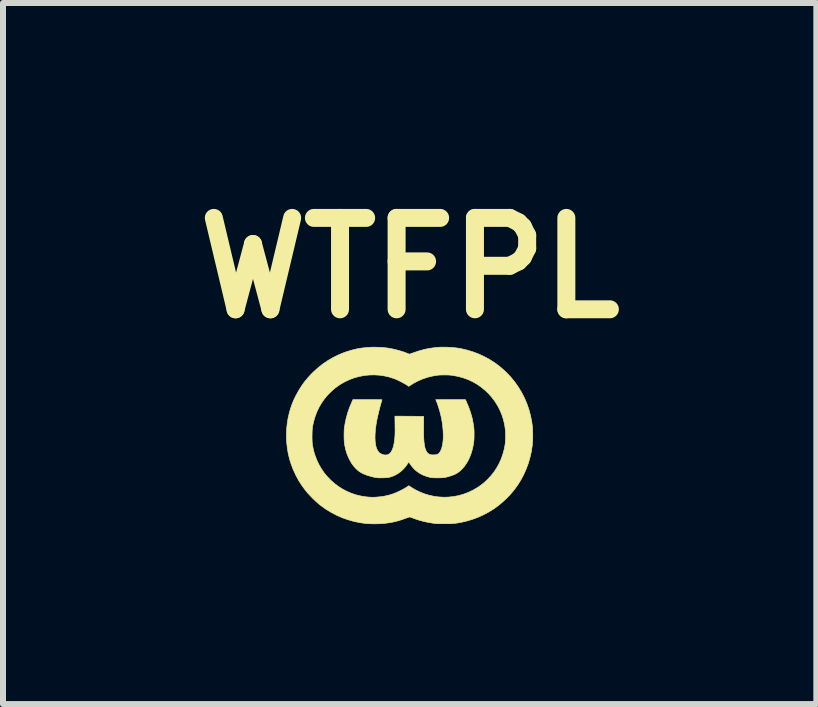
<source format=kicad_pcb>
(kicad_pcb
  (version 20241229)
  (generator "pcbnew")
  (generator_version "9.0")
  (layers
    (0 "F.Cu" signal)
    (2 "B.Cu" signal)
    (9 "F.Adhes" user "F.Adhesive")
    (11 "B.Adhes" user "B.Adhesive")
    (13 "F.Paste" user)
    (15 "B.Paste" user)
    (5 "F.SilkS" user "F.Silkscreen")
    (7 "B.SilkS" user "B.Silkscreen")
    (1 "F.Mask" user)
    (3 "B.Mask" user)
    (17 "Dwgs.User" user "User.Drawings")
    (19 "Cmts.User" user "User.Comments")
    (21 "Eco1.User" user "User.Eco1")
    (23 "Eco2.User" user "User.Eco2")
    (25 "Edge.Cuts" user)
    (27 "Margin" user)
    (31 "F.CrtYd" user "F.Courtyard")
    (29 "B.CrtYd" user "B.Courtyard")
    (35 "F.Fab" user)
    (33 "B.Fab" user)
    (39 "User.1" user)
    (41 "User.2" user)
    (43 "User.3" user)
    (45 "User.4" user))
  (footprint "WTFPL"
    (layer "F.Cu")
    (at 3.781 4.212)
    (property "Reference" "WTFPL" (at 0 -2.794 0) (layer "F.SilkS") (effects (font (size 1.524 1.524) (thickness 0.3))))
    (attr through_hole)
    (fp_poly (pts (xy -0.655 -0.599) (xy -0.614 -0.599) (xy -0.579 -0.599) (xy -0.55 -0.598) (xy -0.526 -0.598) (xy -0.507 -0.598) (xy -0.492 -0.598) (xy -0.48 -0.597) (xy -0.472 -0.597) (xy -0.467 -0.596) (xy -0.464 -0.595) (xy -0.462 -0.594) (xy -0.462 -0.593) (xy -0.462 -0.592) (xy -0.468 -0.575) (xy -0.474 -0.552) (xy -0.482 -0.525) (xy -0.49 -0.496) (xy -0.498 -0.467) (xy -0.505 -0.439) (xy -0.511 -0.415) (xy -0.513 -0.407) (xy -0.533 -0.322) (xy -0.55 -0.243) (xy -0.562 -0.169) (xy -0.571 -0.099) (xy -0.576 -0.033) (xy -0.578 0.029) (xy -0.576 0.085) (xy -0.571 0.135) (xy -0.563 0.179) (xy -0.551 0.217) (xy -0.535 0.25) (xy -0.516 0.276) (xy -0.511 0.282) (xy -0.493 0.297) (xy -0.47 0.309) (xy -0.444 0.319) (xy -0.418 0.324) (xy -0.394 0.325) (xy -0.391 0.325) (xy -0.365 0.319) (xy -0.342 0.307) (xy -0.321 0.289) (xy -0.303 0.264) (xy -0.288 0.232) (xy -0.274 0.194) (xy -0.263 0.149) (xy -0.258 0.119) (xy -0.254 0.093) (xy -0.25 0.066) (xy -0.248 0.039) (xy -0.246 0.011) (xy -0.244 -0.021) (xy -0.244 -0.056) (xy -0.243 -0.095) (xy -0.244 -0.141) (xy -0.244 -0.177) (xy -0.246 -0.323) (xy -0.166 -0.323) (xy -0.144 -0.323) (xy -0.116 -0.323) (xy -0.084 -0.322) (xy -0.049 -0.322) (xy -0.011 -0.322) (xy 0.027 -0.321) (xy 0.065 -0.321) (xy 0.074 -0.321) (xy 0.234 -0.318) (xy 0.233 -0.158) (xy 0.233 -0.102) (xy 0.233 -0.053) (xy 0.233 -0.009) (xy 0.234 0.029) (xy 0.236 0.063) (xy 0.238 0.094) (xy 0.241 0.122) (xy 0.245 0.147) (xy 0.247 0.161) (xy 0.255 0.203) (xy 0.266 0.237) (xy 0.279 0.265) (xy 0.295 0.288) (xy 0.314 0.304) (xy 0.335 0.315) (xy 0.35 0.32) (xy 0.365 0.322) (xy 0.383 0.323) (xy 0.403 0.323) (xy 0.423 0.322) (xy 0.442 0.32) (xy 0.456 0.317) (xy 0.464 0.314) (xy 0.484 0.299) (xy 0.503 0.278) (xy 0.519 0.25) (xy 0.532 0.217) (xy 0.543 0.179) (xy 0.551 0.137) (xy 0.557 0.089) (xy 0.56 0.039) (xy 0.56 -0.016) (xy 0.558 -0.073) (xy 0.553 -0.133) (xy 0.546 -0.195) (xy 0.536 -0.258) (xy 0.523 -0.323) (xy 0.511 -0.37) (xy 0.503 -0.403) (xy 0.492 -0.438) (xy 0.481 -0.474) (xy 0.47 -0.509) (xy 0.459 -0.54) (xy 0.448 -0.566) (xy 0.448 -0.568) (xy 0.442 -0.581) (xy 0.438 -0.591) (xy 0.436 -0.597) (xy 0.435 -0.598) (xy 0.439 -0.598) (xy 0.449 -0.598) (xy 0.465 -0.598) (xy 0.487 -0.598) (xy 0.514 -0.598) (xy 0.545 -0.599) (xy 0.58 -0.599) (xy 0.617 -0.599) (xy 0.658 -0.599) (xy 0.682 -0.599) (xy 0.929 -0.599) (xy 0.944 -0.567) (xy 0.983 -0.476) (xy 1.015 -0.385) (xy 1.041 -0.295) (xy 1.059 -0.204) (xy 1.069 -0.14) (xy 1.072 -0.107) (xy 1.074 -0.069) (xy 1.074 -0.029) (xy 1.074 0.012) (xy 1.073 0.051) (xy 1.071 0.086) (xy 1.069 0.104) (xy 1.058 0.172) (xy 1.043 0.239) (xy 1.024 0.302) (xy 1.001 0.362) (xy 0.975 0.418) (xy 0.944 0.469) (xy 0.911 0.516) (xy 0.875 0.558) (xy 0.837 0.594) (xy 0.796 0.624) (xy 0.753 0.648) (xy 0.753 0.648) (xy 0.72 0.661) (xy 0.682 0.674) (xy 0.642 0.686) (xy 0.603 0.696) (xy 0.602 0.696) (xy 0.587 0.699) (xy 0.574 0.701) (xy 0.562 0.703) (xy 0.548 0.704) (xy 0.533 0.705) (xy 0.513 0.705) (xy 0.489 0.706) (xy 0.468 0.706) (xy 0.435 0.706) (xy 0.408 0.705) (xy 0.385 0.704) (xy 0.365 0.702) (xy 0.347 0.699) (xy 0.328 0.695) (xy 0.307 0.689) (xy 0.283 0.682) (xy 0.282 0.682) (xy 0.226 0.661) (xy 0.173 0.634) (xy 0.124 0.601) (xy 0.086 0.57) (xy 0.069 0.552) (xy 0.05 0.53) (xy 0.03 0.506) (xy 0.012 0.482) (xy -0.002 0.46) (xy -0.005 0.456) (xy -0.015 0.438) (xy -0.031 0.465) (xy -0.066 0.516) (xy -0.106 0.561) (xy -0.149 0.601) (xy -0.196 0.635) (xy -0.246 0.663) (xy -0.287 0.68) (xy -0.311 0.688) (xy -0.332 0.695) (xy -0.354 0.699) (xy -0.377 0.702) (xy -0.403 0.704) (xy -0.434 0.705) (xy -0.448 0.706) (xy -0.471 0.706) (xy -0.493 0.706) (xy -0.511 0.706) (xy -0.525 0.706) (xy -0.533 0.705) (xy -0.533 0.705) (xy -0.576 0.699) (xy -0.62 0.689) (xy -0.664 0.677) (xy -0.708 0.664) (xy -0.749 0.648) (xy -0.786 0.632) (xy -0.817 0.615) (xy -0.83 0.607) (xy -0.855 0.589) (xy -0.881 0.566) (xy -0.908 0.539) (xy -0.933 0.511) (xy -0.955 0.483) (xy -0.955 0.482) (xy -0.966 0.467) (xy -0.978 0.446) (xy -0.991 0.424) (xy -1.003 0.402) (xy -1.007 0.394) (xy -1.03 0.343) (xy -1.05 0.292) (xy -1.065 0.241) (xy -1.078 0.186) (xy -1.086 0.144) (xy -1.089 0.118) (xy -1.092 0.087) (xy -1.093 0.052) (xy -1.094 0.014) (xy -1.094 -0.024) (xy -1.093 -0.061) (xy -1.092 -0.095) (xy -1.089 -0.125) (xy -1.087 -0.14) (xy -1.073 -0.224) (xy -1.054 -0.306) (xy -1.031 -0.386) (xy -1.003 -0.466) (xy -0.968 -0.548) (xy -0.968 -0.549) (xy -0.946 -0.599) (xy -0.703 -0.599) (xy -0.655 -0.599)) (stroke (width 0.01) (type solid)) (fill yes) (layer "F.SilkS"))
    (fp_poly (pts (xy 0.613 -1.473) (xy 0.668 -1.47) (xy 0.722 -1.467) (xy 0.773 -1.461) (xy 0.821 -1.455) (xy 0.849 -1.45) (xy 0.952 -1.426) (xy 1.052 -1.396) (xy 1.149 -1.36) (xy 1.242 -1.317) (xy 1.332 -1.268) (xy 1.418 -1.213) (xy 1.5 -1.152) (xy 1.578 -1.084) (xy 1.617 -1.047) (xy 1.689 -0.971) (xy 1.754 -0.891) (xy 1.813 -0.807) (xy 1.866 -0.72) (xy 1.913 -0.629) (xy 1.953 -0.535) (xy 1.987 -0.438) (xy 2.014 -0.338) (xy 2.035 -0.235) (xy 2.045 -0.161) (xy 2.048 -0.132) (xy 2.05 -0.097) (xy 2.051 -0.058) (xy 2.052 -0.017) (xy 2.052 0.025) (xy 2.051 0.065) (xy 2.05 0.104) (xy 2.047 0.138) (xy 2.045 0.161) (xy 2.029 0.267) (xy 2.006 0.369) (xy 1.977 0.468) (xy 1.941 0.564) (xy 1.899 0.657) (xy 1.851 0.747) (xy 1.796 0.833) (xy 1.736 0.915) (xy 1.669 0.993) (xy 1.596 1.067) (xy 1.518 1.136) (xy 1.488 1.161) (xy 1.408 1.22) (xy 1.323 1.273) (xy 1.235 1.32) (xy 1.143 1.362) (xy 1.049 1.397) (xy 0.952 1.426) (xy 0.867 1.446) (xy 0.833 1.452) (xy 0.802 1.458) (xy 0.774 1.462) (xy 0.747 1.465) (xy 0.72 1.468) (xy 0.691 1.47) (xy 0.66 1.471) (xy 0.624 1.471) (xy 0.582 1.471) (xy 0.579 1.471) (xy 0.544 1.471) (xy 0.514 1.471) (xy 0.49 1.471) (xy 0.47 1.47) (xy 0.452 1.469) (xy 0.435 1.468) (xy 0.419 1.466) (xy 0.402 1.464) (xy 0.396 1.463) (xy 0.31 1.449) (xy 0.226 1.431) (xy 0.147 1.409) (xy 0.073 1.384) (xy 0.068 1.382) (xy 0.05 1.375) (xy 0.033 1.369) (xy 0.019 1.364) (xy 0.01 1.361) (xy 0.009 1.36) (xy 0.004 1.359) (xy -0.002 1.359) (xy -0.01 1.361) (xy -0.022 1.364) (xy -0.038 1.37) (xy -0.055 1.376) (xy -0.133 1.404) (xy -0.21 1.427) (xy -0.286 1.445) (xy -0.365 1.458) (xy -0.445 1.468) (xy -0.474 1.47) (xy -0.509 1.471) (xy -0.547 1.472) (xy -0.587 1.473) (xy -0.626 1.472) (xy -0.664 1.471) (xy -0.698 1.47) (xy -0.724 1.468) (xy -0.827 1.454) (xy -0.929 1.433) (xy -1.027 1.405) (xy -1.124 1.371) (xy -1.218 1.33) (xy -1.309 1.282) (xy -1.398 1.228) (xy -1.483 1.167) (xy -1.506 1.149) (xy -1.529 1.129) (xy -1.555 1.106) (xy -1.584 1.079) (xy -1.614 1.05) (xy -1.643 1.02) (xy -1.672 0.99) (xy -1.698 0.962) (xy -1.72 0.936) (xy -1.732 0.922) (xy -1.794 0.838) (xy -1.85 0.752) (xy -1.899 0.661) (xy -1.942 0.568) (xy -1.978 0.472) (xy -1.998 0.41) (xy -2.023 0.312) (xy -2.04 0.213) (xy -2.051 0.112) (xy -2.055 0.01) (xy -2.055 0.007) (xy -1.628 0.007) (xy -1.628 0.042) (xy -1.627 0.075) (xy -1.626 0.105) (xy -1.624 0.132) (xy -1.621 0.152) (xy -1.621 0.155) (xy -1.607 0.229) (xy -1.589 0.299) (xy -1.578 0.331) (xy -1.548 0.41) (xy -1.512 0.486) (xy -1.47 0.558) (xy -1.423 0.626) (xy -1.37 0.689) (xy -1.313 0.748) (xy -1.251 0.802) (xy -1.186 0.851) (xy -1.116 0.895) (xy -1.043 0.933) (xy -0.967 0.965) (xy -0.888 0.991) (xy -0.807 1.01) (xy -0.723 1.023) (xy -0.68 1.027) (xy -0.657 1.028) (xy -0.64 1.029) (xy -0.625 1.03) (xy -0.612 1.03) (xy -0.598 1.029) (xy -0.581 1.029) (xy -0.56 1.027) (xy -0.554 1.027) (xy -0.487 1.021) (xy -0.425 1.012) (xy -0.366 0.999) (xy -0.332 0.99) (xy -0.281 0.974) (xy -0.228 0.953) (xy -0.174 0.929) (xy -0.122 0.903) (xy -0.074 0.876) (xy -0.055 0.864) (xy -0.014 0.837) (xy 0.023 0.862) (xy 0.092 0.904) (xy 0.166 0.94) (xy 0.243 0.971) (xy 0.322 0.995) (xy 0.403 1.013) (xy 0.485 1.024) (xy 0.567 1.029) (xy 0.642 1.027) (xy 0.729 1.018) (xy 0.814 1.002) (xy 0.896 0.979) (xy 0.976 0.949) (xy 1.053 0.913) (xy 1.126 0.87) (xy 1.158 0.85) (xy 1.227 0.798) (xy 1.291 0.741) (xy 1.349 0.679) (xy 1.402 0.614) (xy 1.449 0.544) (xy 1.49 0.47) (xy 1.526 0.392) (xy 1.554 0.311) (xy 1.577 0.227) (xy 1.591 0.152) (xy 1.594 0.128) (xy 1.596 0.099) (xy 1.598 0.066) (xy 1.599 0.031) (xy 1.6 -0.003) (xy 1.599 -0.036) (xy 1.598 -0.066) (xy 1.597 -0.082) (xy 1.585 -0.168) (xy 1.567 -0.252) (xy 1.542 -0.333) (xy 1.51 -0.412) (xy 1.472 -0.487) (xy 1.428 -0.559) (xy 1.378 -0.627) (xy 1.323 -0.691) (xy 1.261 -0.751) (xy 1.194 -0.806) (xy 1.189 -0.81) (xy 1.119 -0.858) (xy 1.045 -0.9) (xy 0.968 -0.935) (xy 0.887 -0.964) (xy 0.803 -0.986) (xy 0.717 -1.002) (xy 0.695 -1.005) (xy 0.674 -1.007) (xy 0.648 -1.009) (xy 0.618 -1.01) (xy 0.586 -1.01) (xy 0.553 -1.01) (xy 0.522 -1.009) (xy 0.495 -1.008) (xy 0.472 -1.006) (xy 0.47 -1.006) (xy 0.385 -0.992) (xy 0.302 -0.972) (xy 0.22 -0.945) (xy 0.141 -0.911) (xy 0.065 -0.871) (xy 0.021 -0.843) (xy -0.015 -0.82) (xy -0.054 -0.846) (xy -0.075 -0.859) (xy -0.101 -0.873) (xy -0.13 -0.889) (xy -0.161 -0.905) (xy -0.193 -0.92) (xy -0.222 -0.934) (xy -0.248 -0.945) (xy -0.259 -0.949) (xy -0.34 -0.975) (xy -0.423 -0.994) (xy -0.506 -1.006) (xy -0.589 -1.011) (xy -0.673 -1.009) (xy -0.756 -1.001) (xy -0.838 -0.985) (xy -0.918 -0.964) (xy -0.997 -0.935) (xy -1.073 -0.9) (xy -1.147 -0.859) (xy -1.174 -0.841) (xy -1.207 -0.818) (xy -1.236 -0.797) (xy -1.263 -0.775) (xy -1.29 -0.751) (xy -1.319 -0.724) (xy -1.332 -0.711) (xy -1.361 -0.682) (xy -1.386 -0.654) (xy -1.408 -0.627) (xy -1.43 -0.599) (xy -1.452 -0.567) (xy -1.462 -0.553) (xy -1.506 -0.481) (xy -1.543 -0.405) (xy -1.574 -0.325) (xy -1.599 -0.242) (xy -1.618 -0.156) (xy -1.621 -0.138) (xy -1.623 -0.117) (xy -1.625 -0.091) (xy -1.627 -0.061) (xy -1.627 -0.028) (xy -1.628 0.007) (xy -2.055 0.007) (xy -2.053 -0.091) (xy -2.043 -0.192) (xy -2.027 -0.292) (xy -2.004 -0.39) (xy -1.998 -0.41) (xy -1.981 -0.466) (xy -1.963 -0.517) (xy -1.943 -0.568) (xy -1.92 -0.619) (xy -1.893 -0.673) (xy -1.893 -0.673) (xy -1.85 -0.751) (xy -1.804 -0.824) (xy -1.755 -0.893) (xy -1.7 -0.96) (xy -1.639 -1.026) (xy -1.609 -1.056) (xy -1.532 -1.126) (xy -1.452 -1.19) (xy -1.368 -1.247) (xy -1.28 -1.299) (xy -1.189 -1.344) (xy -1.094 -1.383) (xy -1.047 -1.399) (xy -0.962 -1.425) (xy -0.879 -1.445) (xy -0.795 -1.459) (xy -0.71 -1.468) (xy -0.622 -1.473) (xy -0.582 -1.473) (xy -0.478 -1.47) (xy -0.377 -1.46) (xy -0.277 -1.442) (xy -0.18 -1.418) (xy -0.084 -1.388) (xy -0.047 -1.373) (xy -0.03 -1.367) (xy -0.017 -1.362) (xy -0.007 -1.358) (xy -0.003 -1.357) (xy -0.003 -1.357) (xy 0.002 -1.358) (xy 0.012 -1.362) (xy 0.026 -1.367) (xy 0.044 -1.373) (xy 0.063 -1.38) (xy 0.158 -1.412) (xy 0.253 -1.438) (xy 0.35 -1.456) (xy 0.449 -1.469) (xy 0.464 -1.47) (xy 0.509 -1.473) (xy 0.56 -1.473) (xy 0.613 -1.473)) (stroke (width 0.01) (type solid)) (fill yes) (layer "F.SilkS")))
  (gr_rect
    (start -3 -3)
    (end 10.562 8.69)
    (stroke (width 0.1) (type default))
    (fill no)
    (layer "Edge.Cuts")))
</source>
